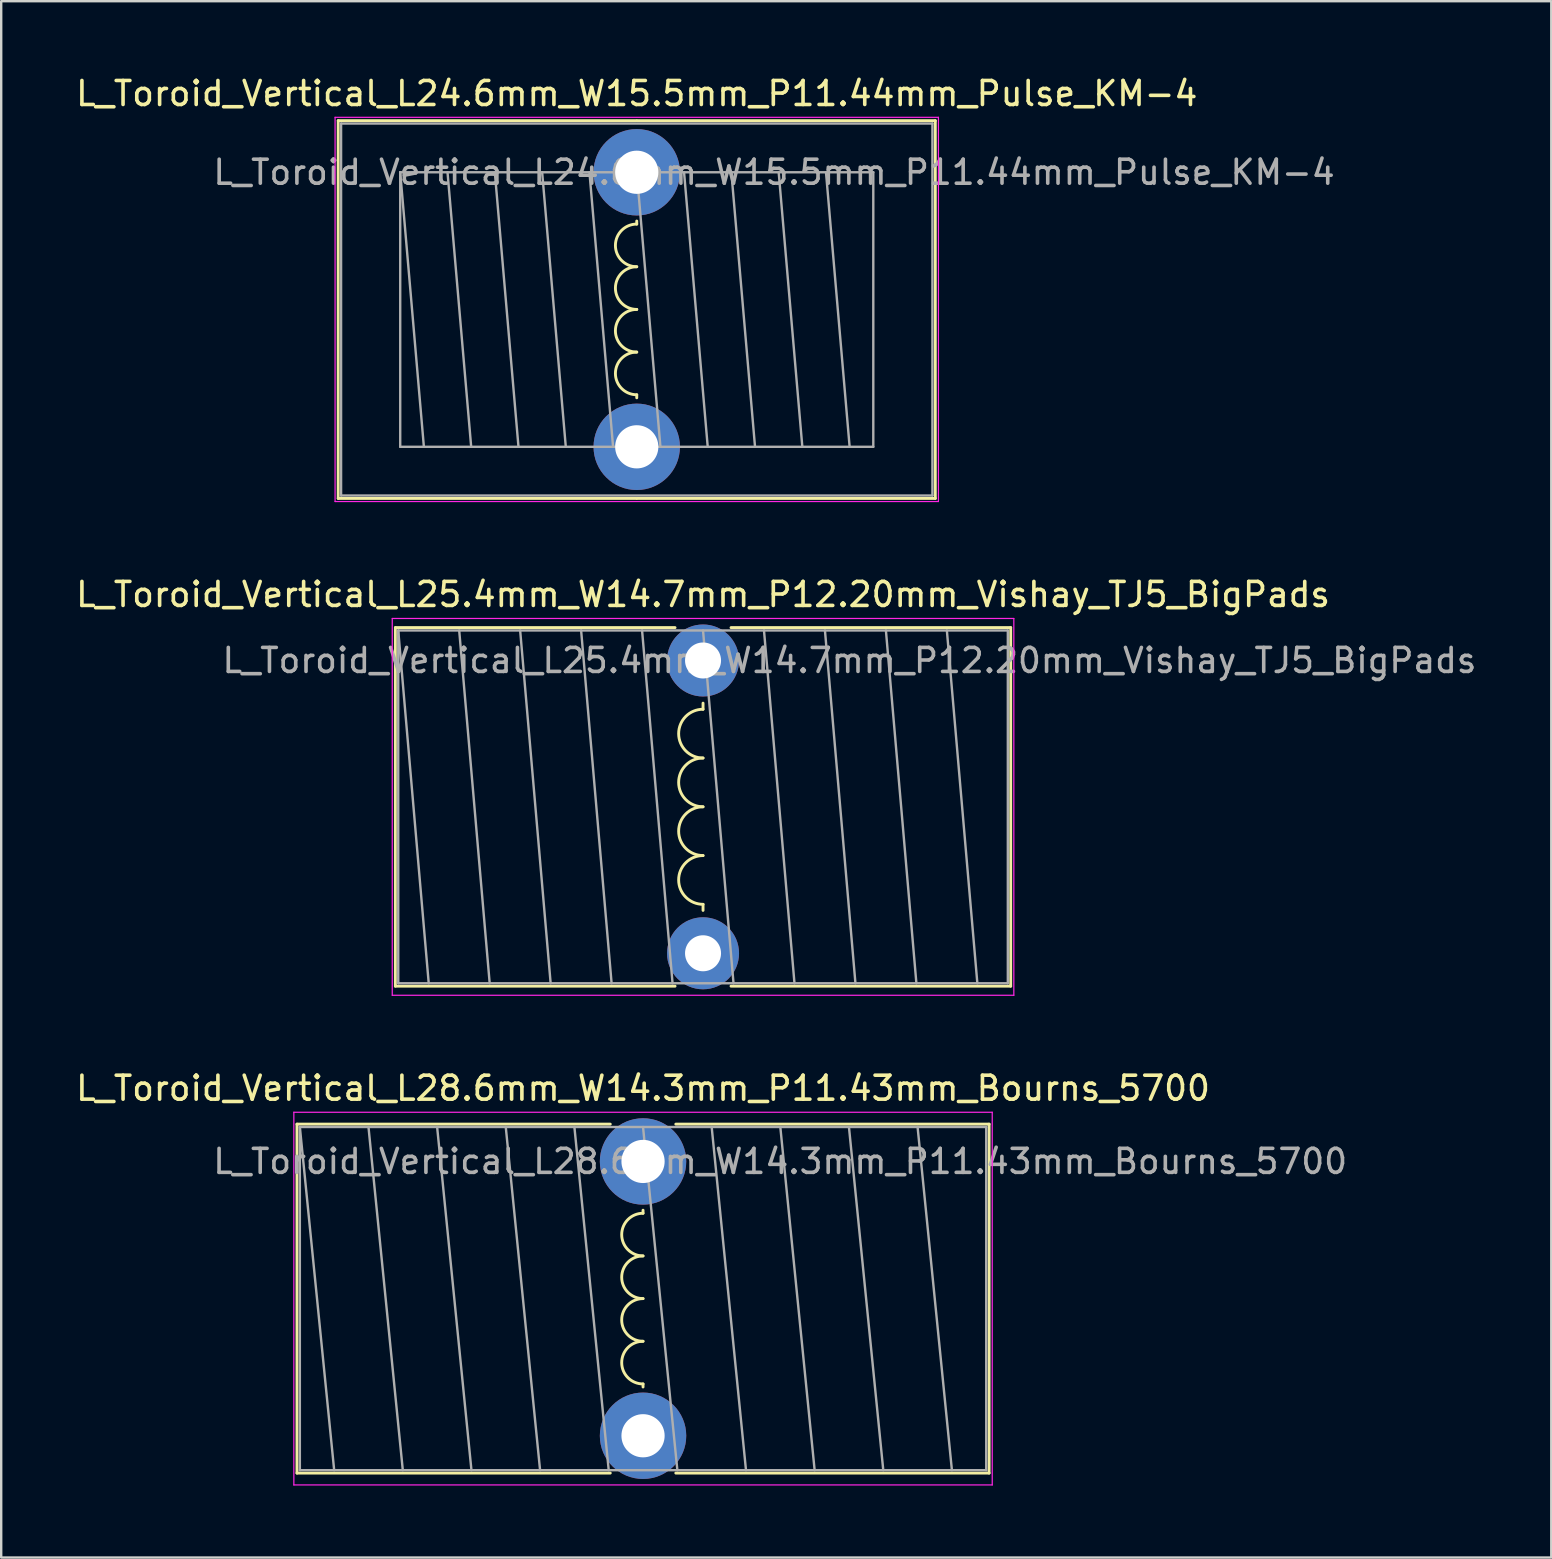
<source format=kicad_pcb>
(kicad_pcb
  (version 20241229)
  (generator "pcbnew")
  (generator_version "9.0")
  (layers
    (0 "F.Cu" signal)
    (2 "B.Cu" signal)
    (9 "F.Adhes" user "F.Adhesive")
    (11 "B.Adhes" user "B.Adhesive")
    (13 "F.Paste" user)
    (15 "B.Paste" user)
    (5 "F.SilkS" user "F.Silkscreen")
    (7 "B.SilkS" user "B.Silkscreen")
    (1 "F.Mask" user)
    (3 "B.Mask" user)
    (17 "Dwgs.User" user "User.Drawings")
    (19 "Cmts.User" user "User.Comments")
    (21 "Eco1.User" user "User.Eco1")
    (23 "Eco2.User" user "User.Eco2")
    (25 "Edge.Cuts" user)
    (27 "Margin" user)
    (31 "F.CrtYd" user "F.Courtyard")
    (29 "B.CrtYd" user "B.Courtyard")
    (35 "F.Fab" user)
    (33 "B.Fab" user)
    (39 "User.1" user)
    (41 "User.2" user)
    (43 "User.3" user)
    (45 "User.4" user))
  (footprint "L_Toroid_Vertical_L25.4mm_W14.7mm_P12.20mm_Vishay_TJ5_BigPads"
    (layer "F.Cu")
    (at 26.244 24.471)
    (property "Reference" "L_Toroid_Vertical_L25.4mm_W14.7mm_P12.20mm_Vishay_TJ5_BigPads" (at 0 -2.75 0) (layer "F.SilkS") (effects (font (size 1 1) (thickness 0.15))))
    (attr through_hole)
    (fp_line (start -12.82 -1.37) (end -12.82 13.57) (stroke (width 0.12) (type solid)) (layer "F.SilkS"))
    (fp_line (start -12.82 -1.37) (end -1.166 -1.37) (stroke (width 0.12) (type solid)) (layer "F.SilkS"))
    (fp_line (start -12.82 13.57) (end -1.166 13.57) (stroke (width 0.12) (type solid)) (layer "F.SilkS"))
    (fp_line (start 0 2.032) (end 0 1.778) (stroke (width 0.12) (type solid)) (layer "F.SilkS"))
    (fp_line (start 0 10.16) (end 0 10.414) (stroke (width 0.12) (type solid)) (layer "F.SilkS"))
    (fp_line (start 1.166 -1.37) (end 12.82 -1.37) (stroke (width 0.12) (type solid)) (layer "F.SilkS"))
    (fp_line (start 1.166 13.57) (end 12.82 13.57) (stroke (width 0.12) (type solid)) (layer "F.SilkS"))
    (fp_line (start 12.82 -1.37) (end 12.82 13.57) (stroke (width 0.12) (type solid)) (layer "F.SilkS"))
    (fp_arc (start 0 4.064) (mid -1.016 3.048) (end 0 2.032) (stroke (width 0.12) (type solid)) (layer "F.SilkS"))
    (fp_arc (start 0 6.096) (mid -1.016 5.08) (end 0 4.064) (stroke (width 0.12) (type solid)) (layer "F.SilkS"))
    (fp_arc (start 0 8.128) (mid -1.016 7.112) (end 0 6.096) (stroke (width 0.12) (type solid)) (layer "F.SilkS"))
    (fp_arc (start 0 10.16) (mid -1.016 9.144) (end 0 8.128) (stroke (width 0.12) (type solid)) (layer "F.SilkS"))
    (fp_line (start -12.95 -1.75) (end -12.95 13.95) (stroke (width 0.05) (type solid)) (layer "F.CrtYd"))
    (fp_line (start -12.95 13.95) (end 12.95 13.95) (stroke (width 0.05) (type solid)) (layer "F.CrtYd"))
    (fp_line (start 12.95 -1.75) (end -12.95 -1.75) (stroke (width 0.05) (type solid)) (layer "F.CrtYd"))
    (fp_line (start 12.95 13.95) (end 12.95 -1.75) (stroke (width 0.05) (type solid)) (layer "F.CrtYd"))
    (fp_line (start -12.7 -1.25) (end -12.7 13.45) (stroke (width 0.1) (type solid)) (layer "F.Fab"))
    (fp_line (start -12.7 -1.25) (end -11.43 13.45) (stroke (width 0.1) (type solid)) (layer "F.Fab"))
    (fp_line (start -12.7 13.45) (end 12.7 13.45) (stroke (width 0.1) (type solid)) (layer "F.Fab"))
    (fp_line (start -10.16 -1.25) (end -8.89 13.45) (stroke (width 0.1) (type solid)) (layer "F.Fab"))
    (fp_line (start -7.62 -1.25) (end -6.35 13.45) (stroke (width 0.1) (type solid)) (layer "F.Fab"))
    (fp_line (start -5.08 -1.25) (end -3.81 13.45) (stroke (width 0.1) (type solid)) (layer "F.Fab"))
    (fp_line (start -2.54 -1.25) (end -1.27 13.45) (stroke (width 0.1) (type solid)) (layer "F.Fab"))
    (fp_line (start 0 -1.25) (end 1.27 13.45) (stroke (width 0.1) (type solid)) (layer "F.Fab"))
    (fp_line (start 2.54 -1.25) (end 3.81 13.45) (stroke (width 0.1) (type solid)) (layer "F.Fab"))
    (fp_line (start 5.08 -1.25) (end 6.35 13.45) (stroke (width 0.1) (type solid)) (layer "F.Fab"))
    (fp_line (start 7.62 -1.25) (end 8.89 13.45) (stroke (width 0.1) (type solid)) (layer "F.Fab"))
    (fp_line (start 10.16 -1.25) (end 11.43 13.45) (stroke (width 0.1) (type solid)) (layer "F.Fab"))
    (fp_line (start 12.7 -1.25) (end -12.7 -1.25) (stroke (width 0.1) (type solid)) (layer "F.Fab"))
    (fp_line (start 12.7 13.45) (end 12.7 -1.25) (stroke (width 0.1) (type solid)) (layer "F.Fab"))
    (fp_text user "${REFERENCE}" (at 6.1 0 0) (layer "F.Fab") (effects (font (size 1 1) (thickness 0.15))))
    (pad "1" thru_hole circle (at 0 0) (size 3 3) (drill 1.5) (layers "*.Cu" "*.Mask"))
    (pad "2" thru_hole circle (at 0 12.2) (size 3 3) (drill 1.5) (layers "*.Cu" "*.Mask")))
  (footprint "L_Toroid_Vertical_L24.6mm_W15.5mm_P11.44mm_Pulse_KM-4"
    (layer "F.Cu")
    (at 23.482 4.128)
    (property "Reference" "L_Toroid_Vertical_L24.6mm_W15.5mm_P11.44mm_Pulse_KM-4" (at 0 -3.28 0) (layer "F.SilkS") (effects (font (size 1 1) (thickness 0.15))))
    (attr through_hole)
    (fp_line (start -12.44 -2.15) (end -12.44 13.59) (stroke (width 0.12) (type solid)) (layer "F.SilkS"))
    (fp_line (start -12.44 -2.15) (end -0.016 -2.15) (stroke (width 0.12) (type solid)) (layer "F.SilkS"))
    (fp_line (start -12.44 13.59) (end -0.016 13.59) (stroke (width 0.12) (type solid)) (layer "F.SilkS"))
    (fp_line (start 0 2.159) (end 0 2.032) (stroke (width 0.12) (type solid)) (layer "F.SilkS"))
    (fp_line (start 0 9.271) (end 0 9.398) (stroke (width 0.12) (type solid)) (layer "F.SilkS"))
    (fp_line (start 0.016 -2.15) (end 12.44 -2.15) (stroke (width 0.12) (type solid)) (layer "F.SilkS"))
    (fp_line (start 0.016 13.59) (end 12.44 13.59) (stroke (width 0.12) (type solid)) (layer "F.SilkS"))
    (fp_line (start 12.44 -2.15) (end 12.44 13.59) (stroke (width 0.12) (type solid)) (layer "F.SilkS"))
    (fp_arc (start 0 3.937) (mid -0.889 3.048) (end 0 2.159) (stroke (width 0.12) (type solid)) (layer "F.SilkS"))
    (fp_arc (start 0 5.715) (mid -0.889 4.826) (end 0 3.937) (stroke (width 0.12) (type solid)) (layer "F.SilkS"))
    (fp_arc (start 0 7.493) (mid -0.889 6.604) (end 0 5.715) (stroke (width 0.12) (type solid)) (layer "F.SilkS"))
    (fp_arc (start 0 9.271) (mid -0.889 8.382) (end 0 7.493) (stroke (width 0.12) (type solid)) (layer "F.SilkS"))
    (fp_line (start -12.57 -2.29) (end -12.57 13.72) (stroke (width 0.05) (type solid)) (layer "F.CrtYd"))
    (fp_line (start -12.57 13.72) (end 12.57 13.72) (stroke (width 0.05) (type solid)) (layer "F.CrtYd"))
    (fp_line (start 12.57 -2.29) (end -12.57 -2.29) (stroke (width 0.05) (type solid)) (layer "F.CrtYd"))
    (fp_line (start 12.57 13.72) (end 12.57 -2.29) (stroke (width 0.05) (type solid)) (layer "F.CrtYd"))
    (fp_line (start -12.32 -2.03) (end -12.32 13.47) (stroke (width 0.1) (type solid)) (layer "F.Fab"))
    (fp_line (start -12.32 13.47) (end 12.32 13.47) (stroke (width 0.1) (type solid)) (layer "F.Fab"))
    (fp_line (start -9.856 0) (end -9.856 11.44) (stroke (width 0.1) (type solid)) (layer "F.Fab"))
    (fp_line (start -9.856 0) (end -8.87 11.44) (stroke (width 0.1) (type solid)) (layer "F.Fab"))
    (fp_line (start -9.856 11.44) (end 9.856 11.44) (stroke (width 0.1) (type solid)) (layer "F.Fab"))
    (fp_line (start -7.885 0) (end -6.899 11.44) (stroke (width 0.1) (type solid)) (layer "F.Fab"))
    (fp_line (start -5.914 0) (end -4.928 11.44) (stroke (width 0.1) (type solid)) (layer "F.Fab"))
    (fp_line (start -3.942 0) (end -2.957 11.44) (stroke (width 0.1) (type solid)) (layer "F.Fab"))
    (fp_line (start -1.971 0) (end -0.986 11.44) (stroke (width 0.1) (type solid)) (layer "F.Fab"))
    (fp_line (start 0 0) (end 0.986 11.44) (stroke (width 0.1) (type solid)) (layer "F.Fab"))
    (fp_line (start 1.971 0) (end 2.957 11.44) (stroke (width 0.1) (type solid)) (layer "F.Fab"))
    (fp_line (start 3.942 0) (end 4.928 11.44) (stroke (width 0.1) (type solid)) (layer "F.Fab"))
    (fp_line (start 5.914 0) (end 6.899 11.44) (stroke (width 0.1) (type solid)) (layer "F.Fab"))
    (fp_line (start 7.885 0) (end 8.87 11.44) (stroke (width 0.1) (type solid)) (layer "F.Fab"))
    (fp_line (start 9.856 0) (end -9.856 0) (stroke (width 0.1) (type solid)) (layer "F.Fab"))
    (fp_line (start 9.856 11.44) (end 9.856 0) (stroke (width 0.1) (type solid)) (layer "F.Fab"))
    (fp_line (start 12.32 -2.03) (end -12.32 -2.03) (stroke (width 0.1) (type solid)) (layer "F.Fab"))
    (fp_line (start 12.32 13.47) (end 12.32 -2.03) (stroke (width 0.1) (type solid)) (layer "F.Fab"))
    (fp_text user "${REFERENCE}" (at 5.72 0 0) (layer "F.Fab") (effects (font (size 1 1) (thickness 0.15))))
    (pad "1" thru_hole circle (at 0 0) (size 3.6 3.6) (drill 1.8) (layers "*.Cu" "*.Mask"))
    (pad "2" thru_hole circle (at 0 11.44) (size 3.6 3.6) (drill 1.8) (layers "*.Cu" "*.Mask")))
  (footprint "L_Toroid_Vertical_L28.6mm_W14.3mm_P11.43mm_Bourns_5700"
    (layer "F.Cu")
    (at 23.744 45.345)
    (property "Reference" "L_Toroid_Vertical_L28.6mm_W14.3mm_P11.43mm_Bourns_5700" (at 0 -3.05 0) (layer "F.SilkS") (effects (font (size 1 1) (thickness 0.15))))
    (attr through_hole)
    (fp_line (start -14.42 -1.555) (end -14.42 12.985) (stroke (width 0.12) (type solid)) (layer "F.SilkS"))
    (fp_line (start -14.42 -1.555) (end -1.365 -1.555) (stroke (width 0.12) (type solid)) (layer "F.SilkS"))
    (fp_line (start -14.42 12.985) (end -1.365 12.985) (stroke (width 0.12) (type solid)) (layer "F.SilkS"))
    (fp_line (start 0 2.159) (end 0 2.032) (stroke (width 0.12) (type solid)) (layer "F.SilkS"))
    (fp_line (start 0 9.271) (end 0 9.398) (stroke (width 0.12) (type solid)) (layer "F.SilkS"))
    (fp_line (start 1.365 -1.555) (end 14.42 -1.555) (stroke (width 0.12) (type solid)) (layer "F.SilkS"))
    (fp_line (start 1.365 12.985) (end 14.42 12.985) (stroke (width 0.12) (type solid)) (layer "F.SilkS"))
    (fp_line (start 14.42 -1.555) (end 14.42 12.985) (stroke (width 0.12) (type solid)) (layer "F.SilkS"))
    (fp_arc (start 0 3.937) (mid -0.889 3.048) (end 0 2.159) (stroke (width 0.12) (type solid)) (layer "F.SilkS"))
    (fp_arc (start 0 5.715) (mid -0.889 4.826) (end 0 3.937) (stroke (width 0.12) (type solid)) (layer "F.SilkS"))
    (fp_arc (start 0 7.493) (mid -0.889 6.604) (end 0 5.715) (stroke (width 0.12) (type solid)) (layer "F.SilkS"))
    (fp_arc (start 0 9.271) (mid -0.889 8.382) (end 0 7.493) (stroke (width 0.12) (type solid)) (layer "F.SilkS"))
    (fp_line (start -14.55 -2.05) (end -14.55 13.48) (stroke (width 0.05) (type solid)) (layer "F.CrtYd"))
    (fp_line (start -14.55 13.48) (end 14.55 13.48) (stroke (width 0.05) (type solid)) (layer "F.CrtYd"))
    (fp_line (start 14.55 -2.05) (end -14.55 -2.05) (stroke (width 0.05) (type solid)) (layer "F.CrtYd"))
    (fp_line (start 14.55 13.48) (end 14.55 -2.05) (stroke (width 0.05) (type solid)) (layer "F.CrtYd"))
    (fp_line (start -14.3 -1.435) (end -14.3 12.865) (stroke (width 0.1) (type solid)) (layer "F.Fab"))
    (fp_line (start -14.3 -1.435) (end -12.87 12.865) (stroke (width 0.1) (type solid)) (layer "F.Fab"))
    (fp_line (start -14.3 12.865) (end 14.3 12.865) (stroke (width 0.1) (type solid)) (layer "F.Fab"))
    (fp_line (start -11.44 -1.435) (end -10.01 12.865) (stroke (width 0.1) (type solid)) (layer "F.Fab"))
    (fp_line (start -8.58 -1.435) (end -7.15 12.865) (stroke (width 0.1) (type solid)) (layer "F.Fab"))
    (fp_line (start -5.72 -1.435) (end -4.29 12.865) (stroke (width 0.1) (type solid)) (layer "F.Fab"))
    (fp_line (start -2.86 -1.435) (end -1.43 12.865) (stroke (width 0.1) (type solid)) (layer "F.Fab"))
    (fp_line (start 0 -1.435) (end 1.43 12.865) (stroke (width 0.1) (type solid)) (layer "F.Fab"))
    (fp_line (start 2.86 -1.435) (end 4.29 12.865) (stroke (width 0.1) (type solid)) (layer "F.Fab"))
    (fp_line (start 5.72 -1.435) (end 7.15 12.865) (stroke (width 0.1) (type solid)) (layer "F.Fab"))
    (fp_line (start 8.58 -1.435) (end 10.01 12.865) (stroke (width 0.1) (type solid)) (layer "F.Fab"))
    (fp_line (start 11.44 -1.435) (end 12.87 12.865) (stroke (width 0.1) (type solid)) (layer "F.Fab"))
    (fp_line (start 14.3 -1.435) (end -14.3 -1.435) (stroke (width 0.1) (type solid)) (layer "F.Fab"))
    (fp_line (start 14.3 12.865) (end 14.3 -1.435) (stroke (width 0.1) (type solid)) (layer "F.Fab"))
    (fp_text user "${REFERENCE}" (at 5.715 0 0) (layer "F.Fab") (effects (font (size 1 1) (thickness 0.15))))
    (pad "1" thru_hole circle (at 0 0) (size 3.6 3.6) (drill 1.8) (layers "*.Cu" "*.Mask"))
    (pad "2" thru_hole circle (at 0 11.43) (size 3.6 3.6) (drill 1.8) (layers "*.Cu" "*.Mask")))
  (gr_rect
    (start -3 -3)
    (end 61.588 61.85)
    (stroke (width 0.1) (type default))
    (fill no)
    (layer "Edge.Cuts")))
</source>
